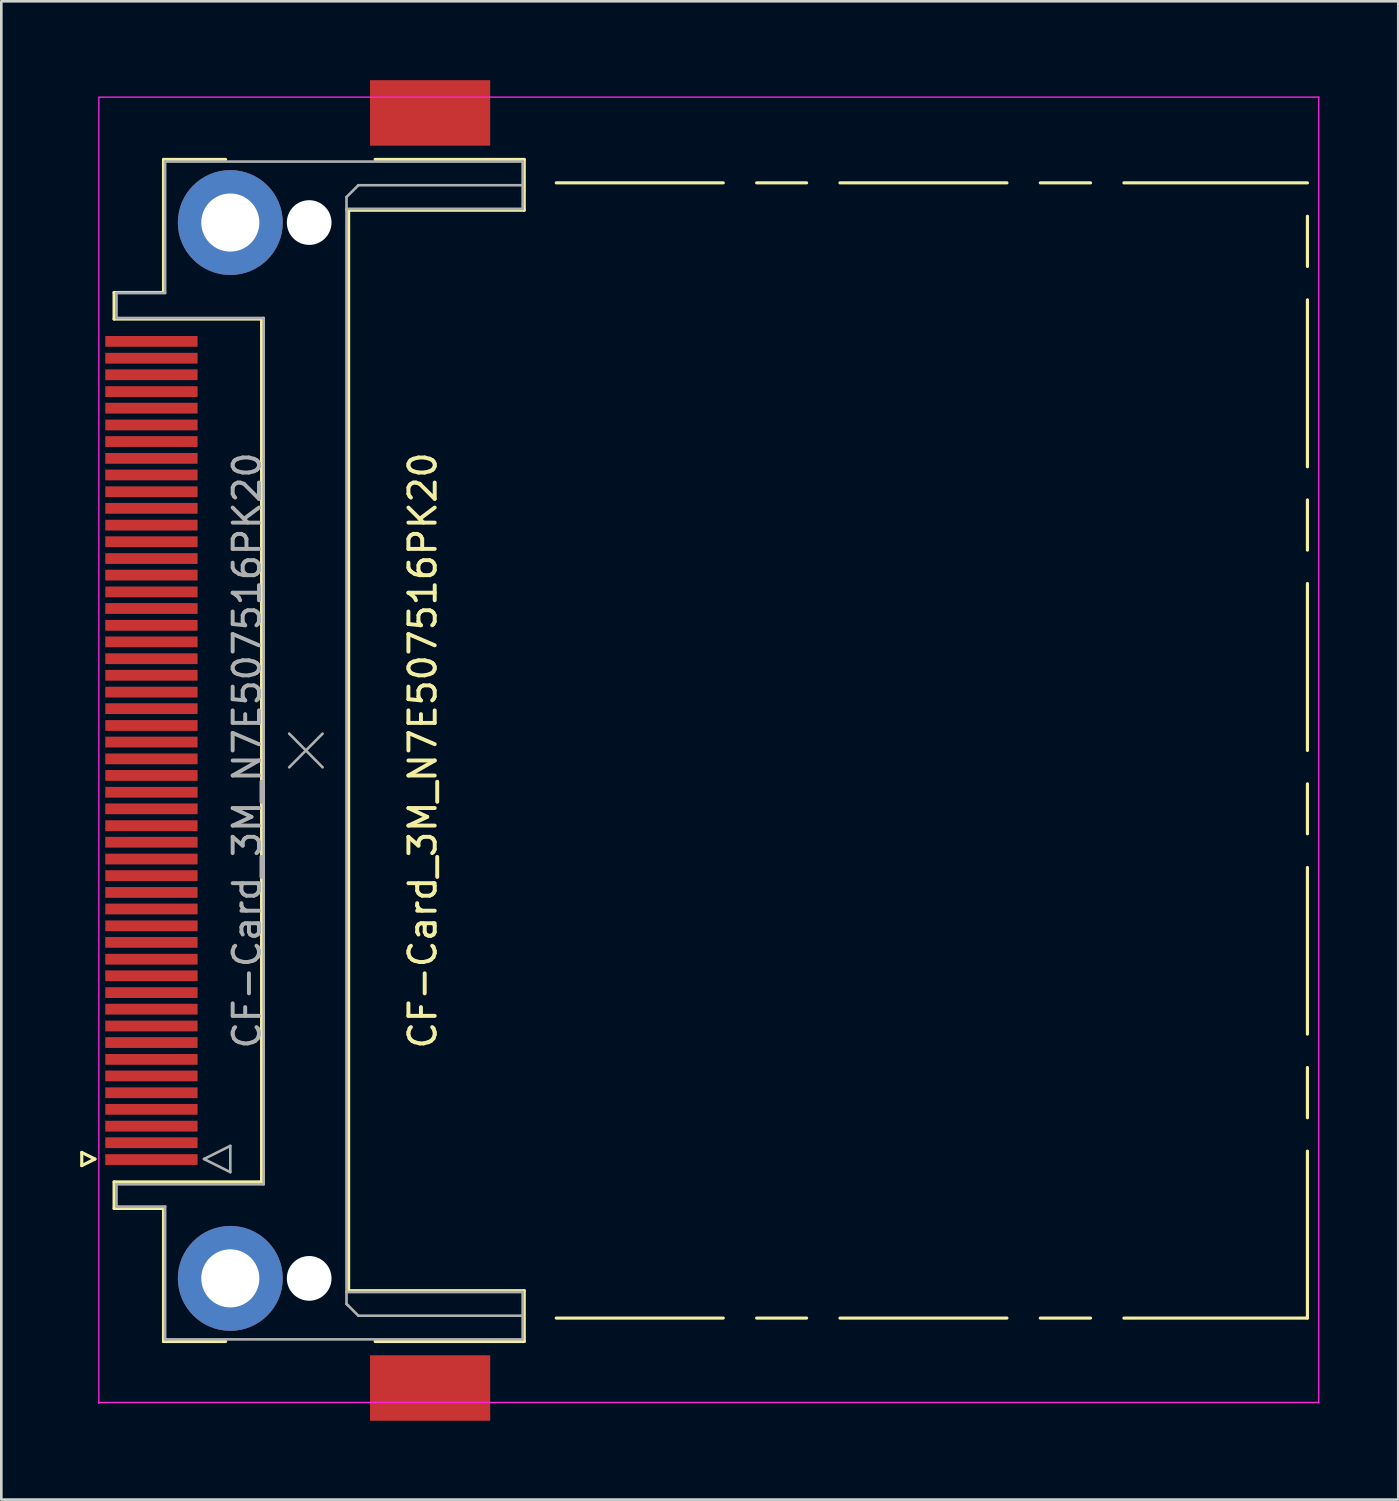
<source format=kicad_pcb>
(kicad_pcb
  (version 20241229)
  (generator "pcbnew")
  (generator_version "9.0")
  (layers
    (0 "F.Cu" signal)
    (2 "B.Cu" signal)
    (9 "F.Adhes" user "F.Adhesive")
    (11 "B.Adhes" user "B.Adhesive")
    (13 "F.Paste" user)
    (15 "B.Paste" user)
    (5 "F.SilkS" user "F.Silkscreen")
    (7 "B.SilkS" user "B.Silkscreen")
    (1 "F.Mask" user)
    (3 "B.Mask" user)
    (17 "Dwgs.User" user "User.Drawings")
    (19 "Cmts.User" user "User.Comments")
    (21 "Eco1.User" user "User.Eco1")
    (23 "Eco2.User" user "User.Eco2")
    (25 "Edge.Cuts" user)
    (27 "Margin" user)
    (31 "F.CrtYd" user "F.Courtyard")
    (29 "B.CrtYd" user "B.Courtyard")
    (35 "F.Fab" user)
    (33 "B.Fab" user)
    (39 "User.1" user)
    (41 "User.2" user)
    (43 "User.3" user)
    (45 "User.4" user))
  (footprint "CF-Card_3M_N7E507516PK20"
    (layer "F.Cu")
    (at 5.81 25.495)
    (property "Reference" "CF-Card_3M_N7E507516PK20" (at 7.22 0 90) (layer "F.SilkS") (effects (font (size 1 1) (thickness 0.15))))
    (attr smd)
    (fp_line (start -5.75 15.29) (end -5.75 15.79) (stroke (width 0.12) (type solid)) (layer "F.SilkS"))
    (fp_line (start -5.75 15.79) (end -5.25 15.54) (stroke (width 0.12) (type solid)) (layer "F.SilkS"))
    (fp_line (start -5.25 15.54) (end -5.75 15.29) (stroke (width 0.12) (type solid)) (layer "F.SilkS"))
    (fp_line (start -4.52 -17.42) (end -2.64 -17.42) (stroke (width 0.12) (type solid)) (layer "F.SilkS"))
    (fp_line (start -4.52 -16.41) (end -4.52 -17.42) (stroke (width 0.12) (type solid)) (layer "F.SilkS"))
    (fp_line (start -4.52 16.41) (end 1.09 16.41) (stroke (width 0.12) (type solid)) (layer "F.SilkS"))
    (fp_line (start -4.52 17.42) (end -4.52 16.41) (stroke (width 0.12) (type solid)) (layer "F.SilkS"))
    (fp_line (start -2.64 -22.48) (end -0.28 -22.48) (stroke (width 0.12) (type solid)) (layer "F.SilkS"))
    (fp_line (start -2.64 -17.42) (end -2.64 -22.48) (stroke (width 0.12) (type solid)) (layer "F.SilkS"))
    (fp_line (start -2.64 17.42) (end -4.52 17.42) (stroke (width 0.12) (type solid)) (layer "F.SilkS"))
    (fp_line (start -2.64 22.48) (end -2.64 17.42) (stroke (width 0.12) (type solid)) (layer "F.SilkS"))
    (fp_line (start -0.28 22.48) (end -2.64 22.48) (stroke (width 0.12) (type solid)) (layer "F.SilkS"))
    (fp_line (start 1.09 -16.41) (end -4.52 -16.41) (stroke (width 0.12) (type solid)) (layer "F.SilkS"))
    (fp_line (start 1.09 16.41) (end 1.09 -16.41) (stroke (width 0.12) (type solid)) (layer "F.SilkS"))
    (fp_line (start 4.4 -20.55) (end 11.08 -20.55) (stroke (width 0.12) (type solid)) (layer "F.SilkS"))
    (fp_line (start 4.4 20.55) (end 4.4 -20.55) (stroke (width 0.12) (type solid)) (layer "F.SilkS"))
    (fp_line (start 5.41 22.48) (end 11.08 22.48) (stroke (width 0.12) (type solid)) (layer "F.SilkS"))
    (fp_line (start 11.08 -22.48) (end 5.41 -22.48) (stroke (width 0.12) (type solid)) (layer "F.SilkS"))
    (fp_line (start 11.08 -20.55) (end 11.08 -22.48) (stroke (width 0.12) (type solid)) (layer "F.SilkS"))
    (fp_line (start 11.08 20.55) (end 4.4 20.55) (stroke (width 0.12) (type solid)) (layer "F.SilkS"))
    (fp_line (start 11.08 22.48) (end 11.08 20.55) (stroke (width 0.12) (type solid)) (layer "F.SilkS"))
    (fp_line (start 12.3 -21.59) (end 18.65 -21.59) (stroke (width 0.12) (type solid)) (layer "F.SilkS"))
    (fp_line (start 12.3 21.59) (end 18.65 21.59) (stroke (width 0.12) (type solid)) (layer "F.SilkS"))
    (fp_line (start 19.92 -21.59) (end 21.82 -21.59) (stroke (width 0.12) (type solid)) (layer "F.SilkS"))
    (fp_line (start 19.92 21.59) (end 21.82 21.59) (stroke (width 0.12) (type solid)) (layer "F.SilkS"))
    (fp_line (start 23.09 -21.59) (end 29.44 -21.59) (stroke (width 0.12) (type solid)) (layer "F.SilkS"))
    (fp_line (start 23.09 21.59) (end 29.44 21.59) (stroke (width 0.12) (type solid)) (layer "F.SilkS"))
    (fp_line (start 30.71 -21.59) (end 32.62 -21.59) (stroke (width 0.12) (type solid)) (layer "F.SilkS"))
    (fp_line (start 30.71 21.59) (end 32.62 21.59) (stroke (width 0.12) (type solid)) (layer "F.SilkS"))
    (fp_line (start 33.89 -21.59) (end 40.87 -21.59) (stroke (width 0.12) (type solid)) (layer "F.SilkS"))
    (fp_line (start 33.89 21.59) (end 40.87 21.59) (stroke (width 0.12) (type solid)) (layer "F.SilkS"))
    (fp_line (start 40.87 -18.41) (end 40.87 -20.32) (stroke (width 0.12) (type solid)) (layer "F.SilkS"))
    (fp_line (start 40.87 -10.79) (end 40.87 -17.14) (stroke (width 0.12) (type solid)) (layer "F.SilkS"))
    (fp_line (start 40.87 -7.62) (end 40.87 -9.53) (stroke (width 0.12) (type solid)) (layer "F.SilkS"))
    (fp_line (start 40.87 0) (end 40.87 -6.35) (stroke (width 0.12) (type solid)) (layer "F.SilkS"))
    (fp_line (start 40.87 3.17) (end 40.87 1.27) (stroke (width 0.12) (type solid)) (layer "F.SilkS"))
    (fp_line (start 40.87 10.79) (end 40.87 4.45) (stroke (width 0.12) (type solid)) (layer "F.SilkS"))
    (fp_line (start 40.87 13.97) (end 40.87 12.06) (stroke (width 0.12) (type solid)) (layer "F.SilkS"))
    (fp_line (start 40.87 21.59) (end 40.87 15.24) (stroke (width 0.12) (type solid)) (layer "F.SilkS"))
    (fp_line (start -5.1 -24.85) (end 41.3 -24.85) (stroke (width 0.05) (type solid)) (layer "F.CrtYd"))
    (fp_line (start -5.1 24.8) (end 41.3 24.8) (stroke (width 0.05) (type solid)) (layer "F.CrtYd"))
    (fp_line (start -5.1 24.84) (end -5.1 -24.84) (stroke (width 0.05) (type solid)) (layer "F.CrtYd"))
    (fp_line (start 41.3 24.8) (end 41.3 -24.85) (stroke (width 0.05) (type solid)) (layer "F.CrtYd"))
    (fp_line (start -4.43 -17.4) (end -4.43 -16.45) (stroke (width 0.1) (type solid)) (layer "F.Fab"))
    (fp_line (start -4.43 -16.45) (end 1.17 -16.45) (stroke (width 0.1) (type solid)) (layer "F.Fab"))
    (fp_line (start -4.43 16.5) (end -4.43 17.35) (stroke (width 0.1) (type solid)) (layer "F.Fab"))
    (fp_line (start -4.43 17.35) (end -2.58 17.35) (stroke (width 0.1) (type solid)) (layer "F.Fab"))
    (fp_line (start -2.58 -22.4) (end -2.58 -17.4) (stroke (width 0.1) (type solid)) (layer "F.Fab"))
    (fp_line (start -2.58 -17.4) (end -4.43 -17.4) (stroke (width 0.1) (type solid)) (layer "F.Fab"))
    (fp_line (start -2.58 17.35) (end -2.58 22.4) (stroke (width 0.1) (type solid)) (layer "F.Fab"))
    (fp_line (start -2.58 22.4) (end -2.48 22.4) (stroke (width 0.1) (type solid)) (layer "F.Fab"))
    (fp_line (start -2.53 22.4) (end 11.02 22.4) (stroke (width 0.1) (type solid)) (layer "F.Fab"))
    (fp_line (start -1.1 15.54) (end -0.1 16.04) (stroke (width 0.1) (type solid)) (layer "F.Fab"))
    (fp_line (start -0.1 15.04) (end -1.1 15.54) (stroke (width 0.1) (type solid)) (layer "F.Fab"))
    (fp_line (start -0.1 16.04) (end -0.1 15.04) (stroke (width 0.1) (type solid)) (layer "F.Fab"))
    (fp_line (start 1.17 -16.45) (end 1.17 16.5) (stroke (width 0.1) (type solid)) (layer "F.Fab"))
    (fp_line (start 1.17 16.5) (end -4.43 16.5) (stroke (width 0.1) (type solid)) (layer "F.Fab"))
    (fp_line (start 2.14 -0.64) (end 3.41 0.64) (stroke (width 0.1) (type solid)) (layer "F.Fab"))
    (fp_line (start 2.14 0.64) (end 3.41 -0.64) (stroke (width 0.1) (type solid)) (layer "F.Fab"))
    (fp_line (start 4.32 -21.05) (end 4.32 -20.55) (stroke (width 0.1) (type solid)) (layer "F.Fab"))
    (fp_line (start 4.32 -20.6) (end 11.02 -20.6) (stroke (width 0.1) (type solid)) (layer "F.Fab"))
    (fp_line (start 4.32 20.6) (end 4.32 -20.6) (stroke (width 0.1) (type solid)) (layer "F.Fab"))
    (fp_line (start 4.32 21.05) (end 4.32 20.6) (stroke (width 0.1) (type solid)) (layer "F.Fab"))
    (fp_line (start 4.37 21.1) (end 4.32 21.05) (stroke (width 0.1) (type solid)) (layer "F.Fab"))
    (fp_line (start 4.77 -21.5) (end 4.32 -21.05) (stroke (width 0.1) (type solid)) (layer "F.Fab"))
    (fp_line (start 4.77 21.5) (end 4.37 21.1) (stroke (width 0.1) (type solid)) (layer "F.Fab"))
    (fp_line (start 11.02 -22.4) (end -2.58 -22.4) (stroke (width 0.1) (type solid)) (layer "F.Fab"))
    (fp_line (start 11.02 -21.5) (end 4.77 -21.5) (stroke (width 0.1) (type solid)) (layer "F.Fab"))
    (fp_line (start 11.02 -20.6) (end 11.02 -22.4) (stroke (width 0.1) (type solid)) (layer "F.Fab"))
    (fp_line (start 11.02 20.6) (end 4.32 20.6) (stroke (width 0.1) (type solid)) (layer "F.Fab"))
    (fp_line (start 11.02 21.5) (end 4.77 21.5) (stroke (width 0.1) (type solid)) (layer "F.Fab"))
    (fp_line (start 11.02 22.4) (end 11.02 20.6) (stroke (width 0.1) (type solid)) (layer "F.Fab"))
    (fp_text user "${REFERENCE}" (at 0.535 0 90) (layer "F.Fab") (effects (font (size 1 1) (thickness 0.15))))
    (pad "" thru_hole circle (at -0.1 -20.08 90) (size 3.99 3.99) (drill 2.21) (layers "*.Cu" "*.Mask"))
    (pad "" thru_hole circle (at -0.1 20.08 90) (size 3.99 3.99) (drill 2.21) (layers "*.Cu" "*.Mask"))
    (pad "" np_thru_hole circle (at 2.9 -20.08 90) (size 1.7 1.7) (drill 1.7) (layers "*.Cu" "*.Mask"))
    (pad "" np_thru_hole circle (at 2.9 20.08 90) (size 1.7 1.7) (drill 1.7) (layers "*.Cu" "*.Mask"))
    (pad "" smd rect (at 7.5 -24.25 90) (size 2.49 4.57) (layers "F.Cu" "F.Mask" "F.Paste"))
    (pad "" smd rect (at 7.5 24.25 90) (size 2.49 4.57) (layers "F.Cu" "F.Mask" "F.Paste"))
    (pad "1" smd rect (at -3.1 15.56 90) (size 0.41 3.51) (layers "F.Cu" "F.Mask" "F.Paste"))
    (pad "2" smd rect (at -3.1 14.29 90) (size 0.41 3.51) (layers "F.Cu" "F.Mask" "F.Paste"))
    (pad "3" smd rect (at -3.1 13.02 90) (size 0.41 3.51) (layers "F.Cu" "F.Mask" "F.Paste"))
    (pad "4" smd rect (at -3.1 11.75 90) (size 0.41 3.51) (layers "F.Cu" "F.Mask" "F.Paste"))
    (pad "5" smd rect (at -3.1 10.48 90) (size 0.41 3.51) (layers "F.Cu" "F.Mask" "F.Paste"))
    (pad "6" smd rect (at -3.1 9.21 90) (size 0.41 3.51) (layers "F.Cu" "F.Mask" "F.Paste"))
    (pad "7" smd rect (at -3.1 7.94 90) (size 0.41 3.51) (layers "F.Cu" "F.Mask" "F.Paste"))
    (pad "8" smd rect (at -3.1 6.67 90) (size 0.41 3.51) (layers "F.Cu" "F.Mask" "F.Paste"))
    (pad "9" smd rect (at -3.1 5.4 90) (size 0.41 3.51) (layers "F.Cu" "F.Mask" "F.Paste"))
    (pad "10" smd rect (at -3.1 4.13 90) (size 0.41 3.51) (layers "F.Cu" "F.Mask" "F.Paste"))
    (pad "11" smd rect (at -3.1 2.86 90) (size 0.41 3.51) (layers "F.Cu" "F.Mask" "F.Paste"))
    (pad "12" smd rect (at -3.1 1.59 90) (size 0.41 3.51) (layers "F.Cu" "F.Mask" "F.Paste"))
    (pad "13" smd rect (at -3.1 0.32 90) (size 0.41 3.51) (layers "F.Cu" "F.Mask" "F.Paste"))
    (pad "14" smd rect (at -3.1 -0.95 90) (size 0.41 3.51) (layers "F.Cu" "F.Mask" "F.Paste"))
    (pad "15" smd rect (at -3.1 -2.22 90) (size 0.41 3.51) (layers "F.Cu" "F.Mask" "F.Paste"))
    (pad "16" smd rect (at -3.1 -3.49 90) (size 0.41 3.51) (layers "F.Cu" "F.Mask" "F.Paste"))
    (pad "17" smd rect (at -3.1 -4.76 90) (size 0.41 3.51) (layers "F.Cu" "F.Mask" "F.Paste"))
    (pad "18" smd rect (at -3.1 -6.03 90) (size 0.41 3.51) (layers "F.Cu" "F.Mask" "F.Paste"))
    (pad "19" smd rect (at -3.1 -7.3 90) (size 0.41 3.51) (layers "F.Cu" "F.Mask" "F.Paste"))
    (pad "20" smd rect (at -3.1 -8.57 90) (size 0.41 3.51) (layers "F.Cu" "F.Mask" "F.Paste"))
    (pad "21" smd rect (at -3.1 -9.84 90) (size 0.41 3.51) (layers "F.Cu" "F.Mask" "F.Paste"))
    (pad "22" smd rect (at -3.1 -11.11 90) (size 0.41 3.51) (layers "F.Cu" "F.Mask" "F.Paste"))
    (pad "23" smd rect (at -3.1 -12.38 90) (size 0.41 3.51) (layers "F.Cu" "F.Mask" "F.Paste"))
    (pad "24" smd rect (at -3.1 -13.65 90) (size 0.41 3.51) (layers "F.Cu" "F.Mask" "F.Paste"))
    (pad "25" smd rect (at -3.1 -14.92 90) (size 0.41 3.51) (layers "F.Cu" "F.Mask" "F.Paste"))
    (pad "26" smd rect (at -3.1 14.92 90) (size 0.41 3.51) (layers "F.Cu" "F.Mask" "F.Paste"))
    (pad "27" smd rect (at -3.1 13.65 90) (size 0.41 3.51) (layers "F.Cu" "F.Mask" "F.Paste"))
    (pad "28" smd rect (at -3.1 12.38 90) (size 0.41 3.51) (layers "F.Cu" "F.Mask" "F.Paste"))
    (pad "29" smd rect (at -3.1 11.11 90) (size 0.41 3.51) (layers "F.Cu" "F.Mask" "F.Paste"))
    (pad "30" smd rect (at -3.1 9.84 90) (size 0.41 3.51) (layers "F.Cu" "F.Mask" "F.Paste"))
    (pad "31" smd rect (at -3.1 8.57 90) (size 0.41 3.51) (layers "F.Cu" "F.Mask" "F.Paste"))
    (pad "32" smd rect (at -3.1 7.3 90) (size 0.41 3.51) (layers "F.Cu" "F.Mask" "F.Paste"))
    (pad "33" smd rect (at -3.1 6.03 90) (size 0.41 3.51) (layers "F.Cu" "F.Mask" "F.Paste"))
    (pad "34" smd rect (at -3.1 4.76 90) (size 0.41 3.51) (layers "F.Cu" "F.Mask" "F.Paste"))
    (pad "35" smd rect (at -3.1 3.49 90) (size 0.41 3.51) (layers "F.Cu" "F.Mask" "F.Paste"))
    (pad "36" smd rect (at -3.1 2.22 90) (size 0.41 3.51) (layers "F.Cu" "F.Mask" "F.Paste"))
    (pad "37" smd rect (at -3.1 0.95 90) (size 0.41 3.51) (layers "F.Cu" "F.Mask" "F.Paste"))
    (pad "38" smd rect (at -3.1 -0.32 90) (size 0.41 3.51) (layers "F.Cu" "F.Mask" "F.Paste"))
    (pad "39" smd rect (at -3.1 -1.59 90) (size 0.41 3.51) (layers "F.Cu" "F.Mask" "F.Paste"))
    (pad "40" smd rect (at -3.1 -2.86 90) (size 0.41 3.51) (layers "F.Cu" "F.Mask" "F.Paste"))
    (pad "41" smd rect (at -3.1 -4.13 90) (size 0.41 3.51) (layers "F.Cu" "F.Mask" "F.Paste"))
    (pad "42" smd rect (at -3.1 -5.4 90) (size 0.41 3.51) (layers "F.Cu" "F.Mask" "F.Paste"))
    (pad "43" smd rect (at -3.1 -6.67 90) (size 0.41 3.51) (layers "F.Cu" "F.Mask" "F.Paste"))
    (pad "44" smd rect (at -3.1 -7.94 90) (size 0.41 3.51) (layers "F.Cu" "F.Mask" "F.Paste"))
    (pad "45" smd rect (at -3.1 -9.21 90) (size 0.41 3.51) (layers "F.Cu" "F.Mask" "F.Paste"))
    (pad "46" smd rect (at -3.1 -10.48 90) (size 0.41 3.51) (layers "F.Cu" "F.Mask" "F.Paste"))
    (pad "47" smd rect (at -3.1 -11.75 90) (size 0.41 3.51) (layers "F.Cu" "F.Mask" "F.Paste"))
    (pad "48" smd rect (at -3.1 -13.02 90) (size 0.41 3.51) (layers "F.Cu" "F.Mask" "F.Paste"))
    (pad "49" smd rect (at -3.1 -14.29 90) (size 0.41 3.51) (layers "F.Cu" "F.Mask" "F.Paste"))
    (pad "50" smd rect (at -3.1 -15.56 90) (size 0.41 3.51) (layers "F.Cu" "F.Mask" "F.Paste")))
  (gr_rect
    (start -3 -3)
    (end 50.135 53.99)
    (stroke (width 0.1) (type default))
    (fill no)
    (layer "Edge.Cuts")))
</source>
